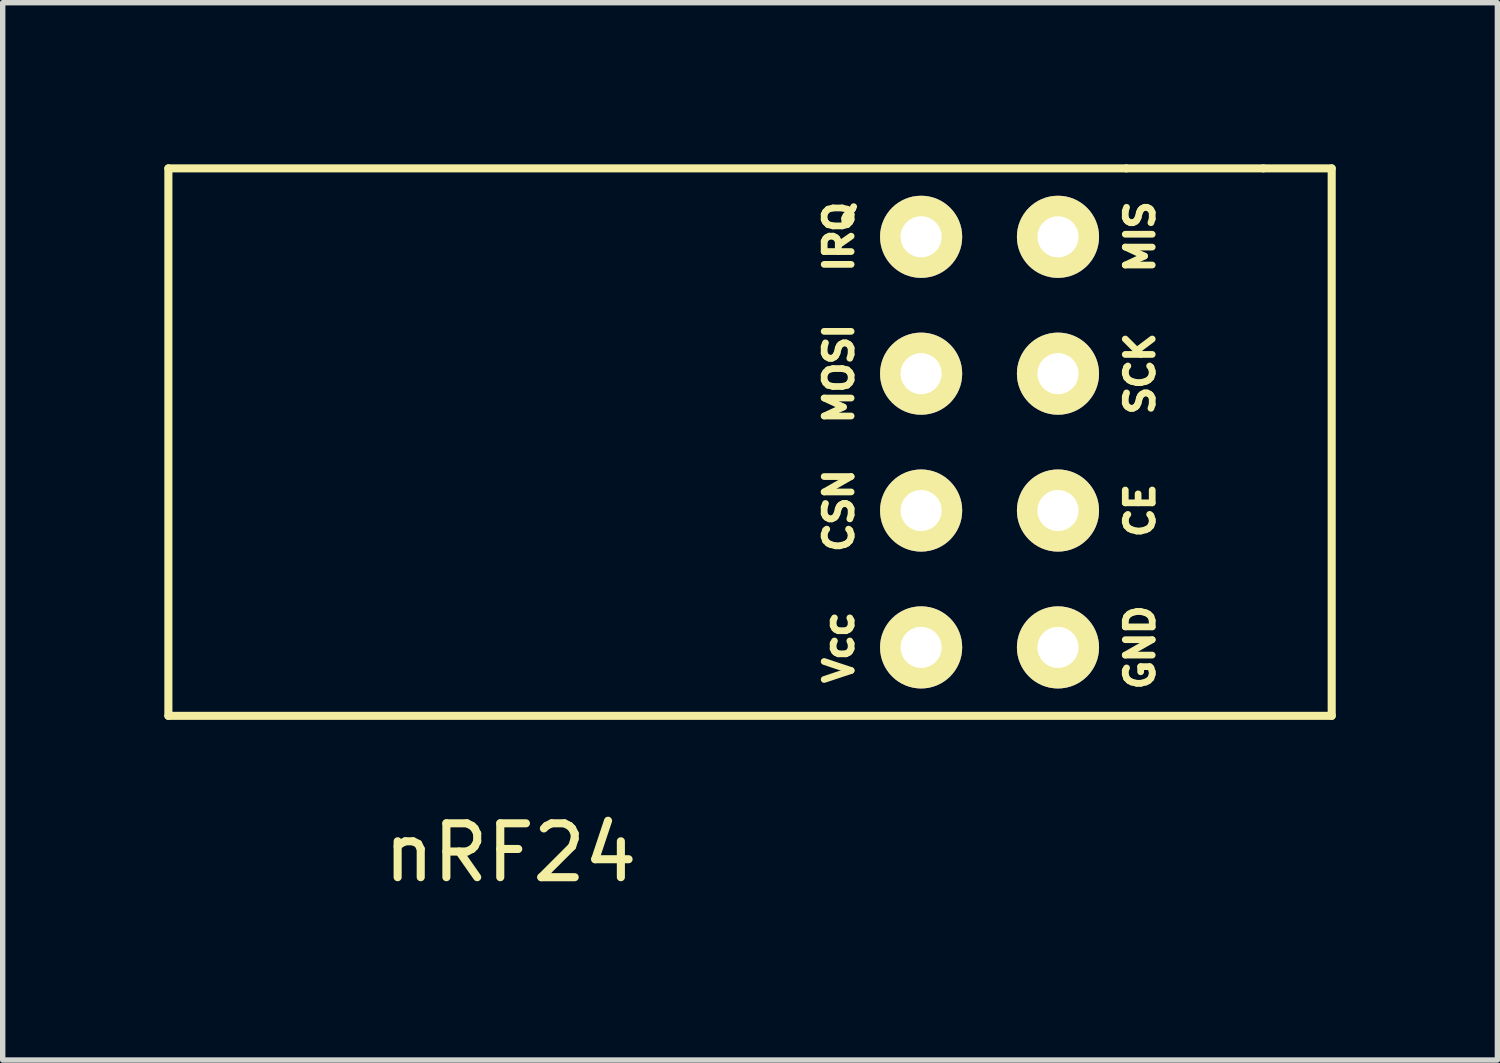
<source format=kicad_pcb>
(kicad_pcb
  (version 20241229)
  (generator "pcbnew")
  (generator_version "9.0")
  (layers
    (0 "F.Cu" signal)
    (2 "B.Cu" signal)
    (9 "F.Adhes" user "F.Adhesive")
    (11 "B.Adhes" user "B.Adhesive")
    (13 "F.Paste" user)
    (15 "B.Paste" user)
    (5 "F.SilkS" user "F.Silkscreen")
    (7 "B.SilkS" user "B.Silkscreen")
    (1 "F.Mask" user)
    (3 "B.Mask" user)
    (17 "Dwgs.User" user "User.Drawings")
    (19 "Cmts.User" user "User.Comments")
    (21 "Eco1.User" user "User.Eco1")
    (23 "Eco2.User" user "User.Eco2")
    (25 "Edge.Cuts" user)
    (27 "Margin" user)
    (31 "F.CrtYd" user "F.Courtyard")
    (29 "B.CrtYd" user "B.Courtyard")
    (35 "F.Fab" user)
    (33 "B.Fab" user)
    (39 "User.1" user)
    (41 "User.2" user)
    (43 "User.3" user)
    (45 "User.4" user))
  (footprint "nRF24"
    (layer "F.Cu")
    (at 6.425 8.965)
    (property "Reference" "nRF24" (at 0 3.81 0) (layer "F.SilkS") (effects (font (size 1 1) (thickness 0.15))))
    (attr through_hole)
    (fp_line (start -6.35 -8.89) (end 11.43 -8.89) (stroke (width 0.15) (type solid)) (layer "F.SilkS"))
    (fp_line (start -6.35 1.27) (end -6.35 -8.89) (stroke (width 0.15) (type solid)) (layer "F.SilkS"))
    (fp_line (start 11.43 -8.89) (end 13.97 -8.89) (stroke (width 0.15) (type solid)) (layer "F.SilkS"))
    (fp_line (start 13.97 -8.89) (end 15.24 -8.89) (stroke (width 0.15) (type solid)) (layer "F.SilkS"))
    (fp_line (start 15.24 -8.89) (end 15.24 1.27) (stroke (width 0.15) (type solid)) (layer "F.SilkS"))
    (fp_line (start 15.24 1.27) (end -6.35 1.27) (stroke (width 0.15) (type solid)) (layer "F.SilkS"))
    (fp_text user "SCK" (at 11.684 -5.08 90) (layer "F.SilkS") (effects (font (size 0.5 0.5) (thickness 0.125))))
    (fp_text user "IRQ" (at 6.096 -7.62 90) (layer "F.SilkS") (effects (font (size 0.5 0.5) (thickness 0.125))))
    (fp_text user "Vcc" (at 6.096 0 90) (layer "F.SilkS") (effects (font (size 0.5 0.5) (thickness 0.125))))
    (fp_text user "MIS" (at 11.684 -7.62 90) (layer "F.SilkS") (effects (font (size 0.5 0.5) (thickness 0.125))))
    (fp_text user "CSN" (at 6.096 -2.54 90) (layer "F.SilkS") (effects (font (size 0.5 0.5) (thickness 0.125))))
    (fp_text user "CE" (at 11.684 -2.54 90) (layer "F.SilkS") (effects (font (size 0.5 0.5) (thickness 0.125))))
    (fp_text user "GND" (at 11.684 0 90) (layer "F.SilkS") (effects (font (size 0.5 0.5) (thickness 0.125))))
    (fp_text user "MOSI" (at 6.096 -5.08 90) (layer "F.SilkS") (effects (font (size 0.5 0.5) (thickness 0.125))))
    (pad "0" thru_hole circle (at 10.16 0) (size 1.524 1.524) (drill 0.762) (layers "*.Cu" "*.Mask" "F.SilkS"))
    (pad "1" thru_hole circle (at 10.16 -2.54) (size 1.524 1.524) (drill 0.762) (layers "*.Cu" "*.Mask" "F.SilkS"))
    (pad "2" thru_hole circle (at 10.16 -5.08) (size 1.524 1.524) (drill 0.762) (layers "*.Cu" "*.Mask" "F.SilkS"))
    (pad "3" thru_hole circle (at 10.16 -7.62) (size 1.524 1.524) (drill 0.762) (layers "*.Cu" "*.Mask" "F.SilkS"))
    (pad "4" thru_hole circle (at 7.62 -7.62) (size 1.524 1.524) (drill 0.762) (layers "*.Cu" "*.Mask" "F.SilkS"))
    (pad "5" thru_hole circle (at 7.62 -5.08) (size 1.524 1.524) (drill 0.762) (layers "*.Cu" "*.Mask" "F.SilkS"))
    (pad "6" thru_hole circle (at 7.62 -2.54) (size 1.524 1.524) (drill 0.762) (layers "*.Cu" "*.Mask" "F.SilkS"))
    (pad "7" thru_hole circle (at 7.62 0) (size 1.524 1.524) (drill 0.762) (layers "*.Cu" "*.Mask" "F.SilkS")))
  (gr_rect
    (start -3 -3)
    (end 24.74 16.623)
    (stroke (width 0.1) (type default))
    (fill no)
    (layer "Edge.Cuts")))
</source>
